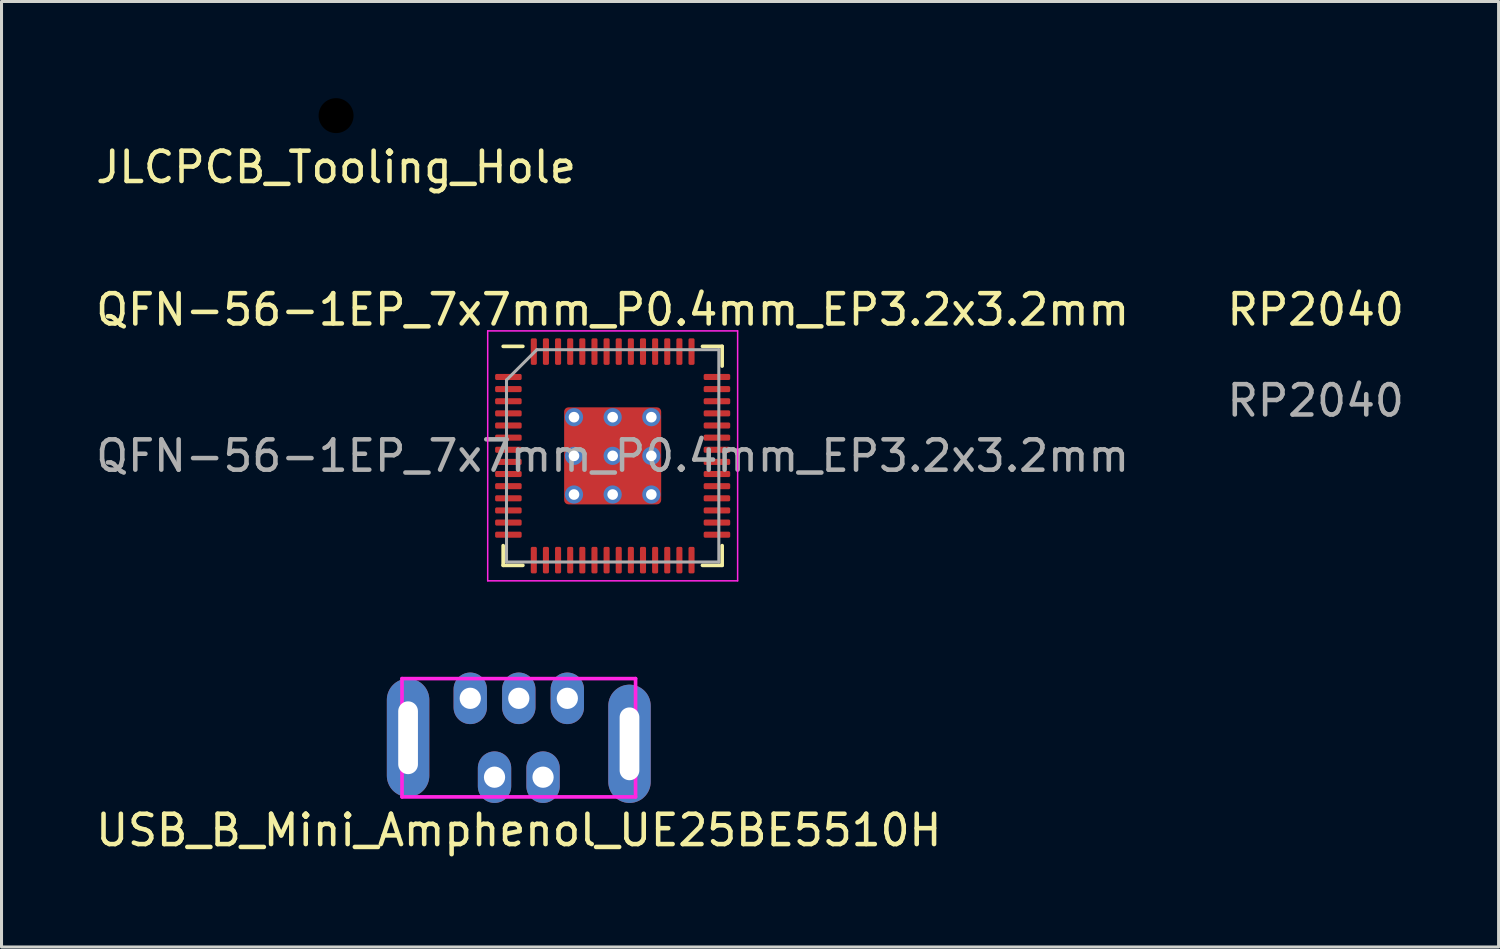
<source format=kicad_pcb>
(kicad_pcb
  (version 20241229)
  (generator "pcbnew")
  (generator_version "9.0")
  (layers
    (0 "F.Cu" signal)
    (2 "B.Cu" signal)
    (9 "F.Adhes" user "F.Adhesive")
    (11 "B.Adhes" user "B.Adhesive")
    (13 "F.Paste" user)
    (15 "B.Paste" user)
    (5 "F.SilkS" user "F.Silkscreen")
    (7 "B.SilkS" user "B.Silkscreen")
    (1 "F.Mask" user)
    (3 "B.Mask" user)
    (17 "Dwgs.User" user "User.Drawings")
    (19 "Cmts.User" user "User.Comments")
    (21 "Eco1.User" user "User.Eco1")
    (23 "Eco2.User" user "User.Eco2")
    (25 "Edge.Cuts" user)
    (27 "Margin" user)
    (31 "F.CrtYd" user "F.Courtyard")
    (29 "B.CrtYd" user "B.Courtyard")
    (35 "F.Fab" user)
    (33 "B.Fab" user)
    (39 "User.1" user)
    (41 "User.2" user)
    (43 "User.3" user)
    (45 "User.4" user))
  (footprint "RP2040"
    (layer "F.Cu")
    (at 40.327 7.659)
    (property "Reference" "RP2040" (at 0 -0.5 0) (unlocked yes) (layer "F.SilkS") (effects (font (size 1 1) (thickness 0.15))))
    (attr smd)
    (fp_text user "${REFERENCE}" (at 0 2.5 0) (unlocked yes) (layer "F.Fab") (effects (font (size 1 1) (thickness 0.15)))))
  (footprint "QFN-56-1EP_7x7mm_P0.4mm_EP3.2x3.2mm"
    (layer "F.Cu")
    (at 17.149 11.979)
    (property "Reference" "QFN-56-1EP_7x7mm_P0.4mm_EP3.2x3.2mm" (at 0 -4.82 0) (layer "F.SilkS") (effects (font (size 1 1) (thickness 0.15))))
    (attr smd)
    (fp_line (start -3.61 3.61) (end -3.61 2.96) (stroke (width 0.12) (type solid)) (layer "F.SilkS"))
    (fp_line (start -2.96 -3.61) (end -3.61 -3.61) (stroke (width 0.12) (type solid)) (layer "F.SilkS"))
    (fp_line (start -2.96 3.61) (end -3.61 3.61) (stroke (width 0.12) (type solid)) (layer "F.SilkS"))
    (fp_line (start 2.96 -3.61) (end 3.61 -3.61) (stroke (width 0.12) (type solid)) (layer "F.SilkS"))
    (fp_line (start 2.96 3.61) (end 3.61 3.61) (stroke (width 0.12) (type solid)) (layer "F.SilkS"))
    (fp_line (start 3.61 -3.61) (end 3.61 -2.96) (stroke (width 0.12) (type solid)) (layer "F.SilkS"))
    (fp_line (start 3.61 3.61) (end 3.61 2.96) (stroke (width 0.12) (type solid)) (layer "F.SilkS"))
    (fp_line (start -4.12 -4.12) (end -4.12 4.12) (stroke (width 0.05) (type solid)) (layer "F.CrtYd"))
    (fp_line (start -4.12 4.12) (end 4.12 4.12) (stroke (width 0.05) (type solid)) (layer "F.CrtYd"))
    (fp_line (start 4.12 -4.12) (end -4.12 -4.12) (stroke (width 0.05) (type solid)) (layer "F.CrtYd"))
    (fp_line (start 4.12 4.12) (end 4.12 -4.12) (stroke (width 0.05) (type solid)) (layer "F.CrtYd"))
    (fp_line (start -3.5 -2.5) (end -2.5 -3.5) (stroke (width 0.1) (type solid)) (layer "F.Fab"))
    (fp_line (start -3.5 3.5) (end -3.5 -2.5) (stroke (width 0.1) (type solid)) (layer "F.Fab"))
    (fp_line (start -2.5 -3.5) (end 3.5 -3.5) (stroke (width 0.1) (type solid)) (layer "F.Fab"))
    (fp_line (start 3.5 -3.5) (end 3.5 3.5) (stroke (width 0.1) (type solid)) (layer "F.Fab"))
    (fp_line (start 3.5 3.5) (end -3.5 3.5) (stroke (width 0.1) (type solid)) (layer "F.Fab"))
    (fp_text user "${REFERENCE}" (at 0 0 0) (layer "F.Fab") (effects (font (size 1 1) (thickness 0.15))))
    (pad "" smd roundrect (at -0.637 -0.637) (size 1.084 1.084) (layers "F.Paste") (roundrect_rratio 0.231))
    (pad "" smd roundrect (at -0.637 0.637) (size 1.084 1.084) (layers "F.Paste") (roundrect_rratio 0.231))
    (pad "" smd roundrect (at 0.637 -0.637) (size 1.084 1.084) (layers "F.Paste") (roundrect_rratio 0.231))
    (pad "" smd roundrect (at 0.637 0.637) (size 1.084 1.084) (layers "F.Paste") (roundrect_rratio 0.231))
    (pad "1" smd roundrect (at -3.438 -2.6) (size 0.875 0.2) (layers "F.Cu" "F.Mask" "F.Paste") (roundrect_rratio 0.25))
    (pad "2" smd roundrect (at -3.438 -2.2) (size 0.875 0.2) (layers "F.Cu" "F.Mask" "F.Paste") (roundrect_rratio 0.25))
    (pad "3" smd roundrect (at -3.438 -1.8) (size 0.875 0.2) (layers "F.Cu" "F.Mask" "F.Paste") (roundrect_rratio 0.25))
    (pad "4" smd roundrect (at -3.438 -1.4) (size 0.875 0.2) (layers "F.Cu" "F.Mask" "F.Paste") (roundrect_rratio 0.25))
    (pad "5" smd roundrect (at -3.438 -1) (size 0.875 0.2) (layers "F.Cu" "F.Mask" "F.Paste") (roundrect_rratio 0.25))
    (pad "6" smd roundrect (at -3.438 -0.6) (size 0.875 0.2) (layers "F.Cu" "F.Mask" "F.Paste") (roundrect_rratio 0.25))
    (pad "7" smd roundrect (at -3.438 -0.2) (size 0.875 0.2) (layers "F.Cu" "F.Mask" "F.Paste") (roundrect_rratio 0.25))
    (pad "8" smd roundrect (at -3.438 0.2) (size 0.875 0.2) (layers "F.Cu" "F.Mask" "F.Paste") (roundrect_rratio 0.25))
    (pad "9" smd roundrect (at -3.438 0.6) (size 0.875 0.2) (layers "F.Cu" "F.Mask" "F.Paste") (roundrect_rratio 0.25))
    (pad "10" smd roundrect (at -3.438 1) (size 0.875 0.2) (layers "F.Cu" "F.Mask" "F.Paste") (roundrect_rratio 0.25))
    (pad "11" smd roundrect (at -3.438 1.4) (size 0.875 0.2) (layers "F.Cu" "F.Mask" "F.Paste") (roundrect_rratio 0.25))
    (pad "12" smd roundrect (at -3.438 1.8) (size 0.875 0.2) (layers "F.Cu" "F.Mask" "F.Paste") (roundrect_rratio 0.25))
    (pad "13" smd roundrect (at -3.438 2.2) (size 0.875 0.2) (layers "F.Cu" "F.Mask" "F.Paste") (roundrect_rratio 0.25))
    (pad "14" smd roundrect (at -3.438 2.6) (size 0.875 0.2) (layers "F.Cu" "F.Mask" "F.Paste") (roundrect_rratio 0.25))
    (pad "15" smd roundrect (at -2.6 3.438) (size 0.2 0.875) (layers "F.Cu" "F.Mask" "F.Paste") (roundrect_rratio 0.25))
    (pad "16" smd roundrect (at -2.2 3.438) (size 0.2 0.875) (layers "F.Cu" "F.Mask" "F.Paste") (roundrect_rratio 0.25))
    (pad "17" smd roundrect (at -1.8 3.438) (size 0.2 0.875) (layers "F.Cu" "F.Mask" "F.Paste") (roundrect_rratio 0.25))
    (pad "18" smd roundrect (at -1.4 3.438) (size 0.2 0.875) (layers "F.Cu" "F.Mask" "F.Paste") (roundrect_rratio 0.25))
    (pad "19" smd roundrect (at -1 3.438) (size 0.2 0.875) (layers "F.Cu" "F.Mask" "F.Paste") (roundrect_rratio 0.25))
    (pad "20" smd roundrect (at -0.6 3.438) (size 0.2 0.875) (layers "F.Cu" "F.Mask" "F.Paste") (roundrect_rratio 0.25))
    (pad "21" smd roundrect (at -0.2 3.438) (size 0.2 0.875) (layers "F.Cu" "F.Mask" "F.Paste") (roundrect_rratio 0.25))
    (pad "22" smd roundrect (at 0.2 3.438) (size 0.2 0.875) (layers "F.Cu" "F.Mask" "F.Paste") (roundrect_rratio 0.25))
    (pad "23" smd roundrect (at 0.6 3.438) (size 0.2 0.875) (layers "F.Cu" "F.Mask" "F.Paste") (roundrect_rratio 0.25))
    (pad "24" smd roundrect (at 1 3.438) (size 0.2 0.875) (layers "F.Cu" "F.Mask" "F.Paste") (roundrect_rratio 0.25))
    (pad "25" smd roundrect (at 1.4 3.438) (size 0.2 0.875) (layers "F.Cu" "F.Mask" "F.Paste") (roundrect_rratio 0.25))
    (pad "26" smd roundrect (at 1.8 3.438) (size 0.2 0.875) (layers "F.Cu" "F.Mask" "F.Paste") (roundrect_rratio 0.25))
    (pad "27" smd roundrect (at 2.2 3.438) (size 0.2 0.875) (layers "F.Cu" "F.Mask" "F.Paste") (roundrect_rratio 0.25))
    (pad "28" smd roundrect (at 2.6 3.438) (size 0.2 0.875) (layers "F.Cu" "F.Mask" "F.Paste") (roundrect_rratio 0.25))
    (pad "29" smd roundrect (at 3.438 2.6) (size 0.875 0.2) (layers "F.Cu" "F.Mask" "F.Paste") (roundrect_rratio 0.25))
    (pad "30" smd roundrect (at 3.438 2.2) (size 0.875 0.2) (layers "F.Cu" "F.Mask" "F.Paste") (roundrect_rratio 0.25))
    (pad "31" smd roundrect (at 3.438 1.8) (size 0.875 0.2) (layers "F.Cu" "F.Mask" "F.Paste") (roundrect_rratio 0.25))
    (pad "32" smd roundrect (at 3.438 1.4) (size 0.875 0.2) (layers "F.Cu" "F.Mask" "F.Paste") (roundrect_rratio 0.25))
    (pad "33" smd roundrect (at 3.438 1) (size 0.875 0.2) (layers "F.Cu" "F.Mask" "F.Paste") (roundrect_rratio 0.25))
    (pad "34" smd roundrect (at 3.438 0.6) (size 0.875 0.2) (layers "F.Cu" "F.Mask" "F.Paste") (roundrect_rratio 0.25))
    (pad "35" smd roundrect (at 3.438 0.2) (size 0.875 0.2) (layers "F.Cu" "F.Mask" "F.Paste") (roundrect_rratio 0.25))
    (pad "36" smd roundrect (at 3.438 -0.2) (size 0.875 0.2) (layers "F.Cu" "F.Mask" "F.Paste") (roundrect_rratio 0.25))
    (pad "37" smd roundrect (at 3.438 -0.6) (size 0.875 0.2) (layers "F.Cu" "F.Mask" "F.Paste") (roundrect_rratio 0.25))
    (pad "38" smd roundrect (at 3.438 -1) (size 0.875 0.2) (layers "F.Cu" "F.Mask" "F.Paste") (roundrect_rratio 0.25))
    (pad "39" smd roundrect (at 3.438 -1.4) (size 0.875 0.2) (layers "F.Cu" "F.Mask" "F.Paste") (roundrect_rratio 0.25))
    (pad "40" smd roundrect (at 3.438 -1.8) (size 0.875 0.2) (layers "F.Cu" "F.Mask" "F.Paste") (roundrect_rratio 0.25))
    (pad "41" smd roundrect (at 3.438 -2.2) (size 0.875 0.2) (layers "F.Cu" "F.Mask" "F.Paste") (roundrect_rratio 0.25))
    (pad "42" smd roundrect (at 3.438 -2.6) (size 0.875 0.2) (layers "F.Cu" "F.Mask" "F.Paste") (roundrect_rratio 0.25))
    (pad "43" smd roundrect (at 2.6 -3.438) (size 0.2 0.875) (layers "F.Cu" "F.Mask" "F.Paste") (roundrect_rratio 0.25))
    (pad "44" smd roundrect (at 2.2 -3.438) (size 0.2 0.875) (layers "F.Cu" "F.Mask" "F.Paste") (roundrect_rratio 0.25))
    (pad "45" smd roundrect (at 1.8 -3.438) (size 0.2 0.875) (layers "F.Cu" "F.Mask" "F.Paste") (roundrect_rratio 0.25))
    (pad "46" smd roundrect (at 1.4 -3.438) (size 0.2 0.875) (layers "F.Cu" "F.Mask" "F.Paste") (roundrect_rratio 0.25))
    (pad "47" smd roundrect (at 1 -3.438) (size 0.2 0.875) (layers "F.Cu" "F.Mask" "F.Paste") (roundrect_rratio 0.25))
    (pad "48" smd roundrect (at 0.6 -3.438) (size 0.2 0.875) (layers "F.Cu" "F.Mask" "F.Paste") (roundrect_rratio 0.25))
    (pad "49" smd roundrect (at 0.2 -3.438) (size 0.2 0.875) (layers "F.Cu" "F.Mask" "F.Paste") (roundrect_rratio 0.25))
    (pad "50" smd roundrect (at -0.2 -3.438) (size 0.2 0.875) (layers "F.Cu" "F.Mask" "F.Paste") (roundrect_rratio 0.25))
    (pad "51" smd roundrect (at -0.6 -3.438) (size 0.2 0.875) (layers "F.Cu" "F.Mask" "F.Paste") (roundrect_rratio 0.25))
    (pad "52" smd roundrect (at -1 -3.438) (size 0.2 0.875) (layers "F.Cu" "F.Mask" "F.Paste") (roundrect_rratio 0.25))
    (pad "53" smd roundrect (at -1.4 -3.438) (size 0.2 0.875) (layers "F.Cu" "F.Mask" "F.Paste") (roundrect_rratio 0.25))
    (pad "54" smd roundrect (at -1.8 -3.438) (size 0.2 0.875) (layers "F.Cu" "F.Mask" "F.Paste") (roundrect_rratio 0.25))
    (pad "55" smd roundrect (at -2.2 -3.438) (size 0.2 0.875) (layers "F.Cu" "F.Mask" "F.Paste") (roundrect_rratio 0.25))
    (pad "56" smd roundrect (at -2.6 -3.438) (size 0.2 0.875) (layers "F.Cu" "F.Mask" "F.Paste") (roundrect_rratio 0.25))
    (pad "57" thru_hole circle (at -1.275 -1.275) (size 0.6 0.6) (drill 0.35) (layers "*.Cu"))
    (pad "57" thru_hole circle (at -1.275 0) (size 0.6 0.6) (drill 0.35) (layers "*.Cu"))
    (pad "57" thru_hole circle (at -1.275 1.275) (size 0.6 0.6) (drill 0.35) (layers "*.Cu"))
    (pad "57" thru_hole circle (at 0 -1.275) (size 0.6 0.6) (drill 0.35) (layers "*.Cu"))
    (pad "57" thru_hole circle (at 0 0) (size 0.6 0.6) (drill 0.35) (layers "*.Cu"))
    (pad "57" smd roundrect (at 0 0) (size 3.2 3.2) (layers "F.Cu" "F.Mask") (roundrect_rratio 0.045))
    (pad "57" thru_hole circle (at 0 1.275) (size 0.6 0.6) (drill 0.35) (layers "*.Cu"))
    (pad "57" thru_hole circle (at 1.275 -1.275) (size 0.6 0.6) (drill 0.35) (layers "*.Cu"))
    (pad "57" thru_hole circle (at 1.275 0) (size 0.6 0.6) (drill 0.35) (layers "*.Cu"))
    (pad "57" thru_hole circle (at 1.275 1.275) (size 0.6 0.6) (drill 0.35) (layers "*.Cu")))
  (footprint "JLCPCB_Tooling_Hole"
    (layer "F.Cu")
    (at 8.03 0.862)
    (property "Reference" "JLCPCB_Tooling_Hole" (at 0 1.6 0) (layer "F.SilkS") (effects (font (size 1 1) (thickness 0.15))))
    (attr through_hole)
    (pad "" np_thru_hole circle (at 0 -0.1) (size 1.524 1.524) (drill 1.152) (layers "*.Mask")))
  (footprint "USB_B_Mini_Amphenol_UE25BE5510H"
    (layer "F.Cu")
    (at 14.054 21.273)
    (property "Reference" "USB_B_Mini_Amphenol_UE25BE5510H" (at 0 3.05 0) (layer "F.SilkS") (effects (font (size 1 1) (thickness 0.15))))
    (attr through_hole)
    (fp_line (start -3.85 -1.95) (end -3.85 1.95) (stroke (width 0.12) (type solid)) (layer "F.CrtYd"))
    (fp_line (start -3.85 1.95) (end 3.85 1.95) (stroke (width 0.12) (type solid)) (layer "F.CrtYd"))
    (fp_line (start 3.85 -1.95) (end -3.85 -1.95) (stroke (width 0.12) (type solid)) (layer "F.CrtYd"))
    (fp_line (start 3.85 1.95) (end 3.85 -1.95) (stroke (width 0.12) (type solid)) (layer "F.CrtYd"))
    (pad "1" thru_hole oval (at 1.6 -1.3) (size 1.1 1.7) (drill 0.7) (layers "*.Cu" "*.Mask"))
    (pad "2" thru_hole oval (at 0.8 1.3) (size 1.1 1.7) (drill 0.7) (layers "*.Cu" "*.Mask"))
    (pad "3" thru_hole oval (at 0 -1.3) (size 1.1 1.7) (drill 0.7) (layers "*.Cu" "*.Mask"))
    (pad "4" thru_hole oval (at -0.8 1.3) (size 1.1 1.7) (drill 0.7) (layers "*.Cu" "*.Mask"))
    (pad "5" thru_hole oval (at -1.6 -1.3) (size 1.1 1.7) (drill 0.7) (layers "*.Cu" "*.Mask"))
    (pad "6" thru_hole oval (at -3.65 0) (size 1.4 3.9) (drill oval 0.65 2.4) (layers "*.Cu" "*.Mask"))
    (pad "6" thru_hole oval (at 3.65 0.2) (size 1.4 3.9) (drill oval 0.65 2.4) (layers "*.Cu" "*.Mask")))
  (gr_rect
    (start -3 -3)
    (end 46.357 28.172)
    (stroke (width 0.1) (type default))
    (fill no)
    (layer "Edge.Cuts")))
</source>
